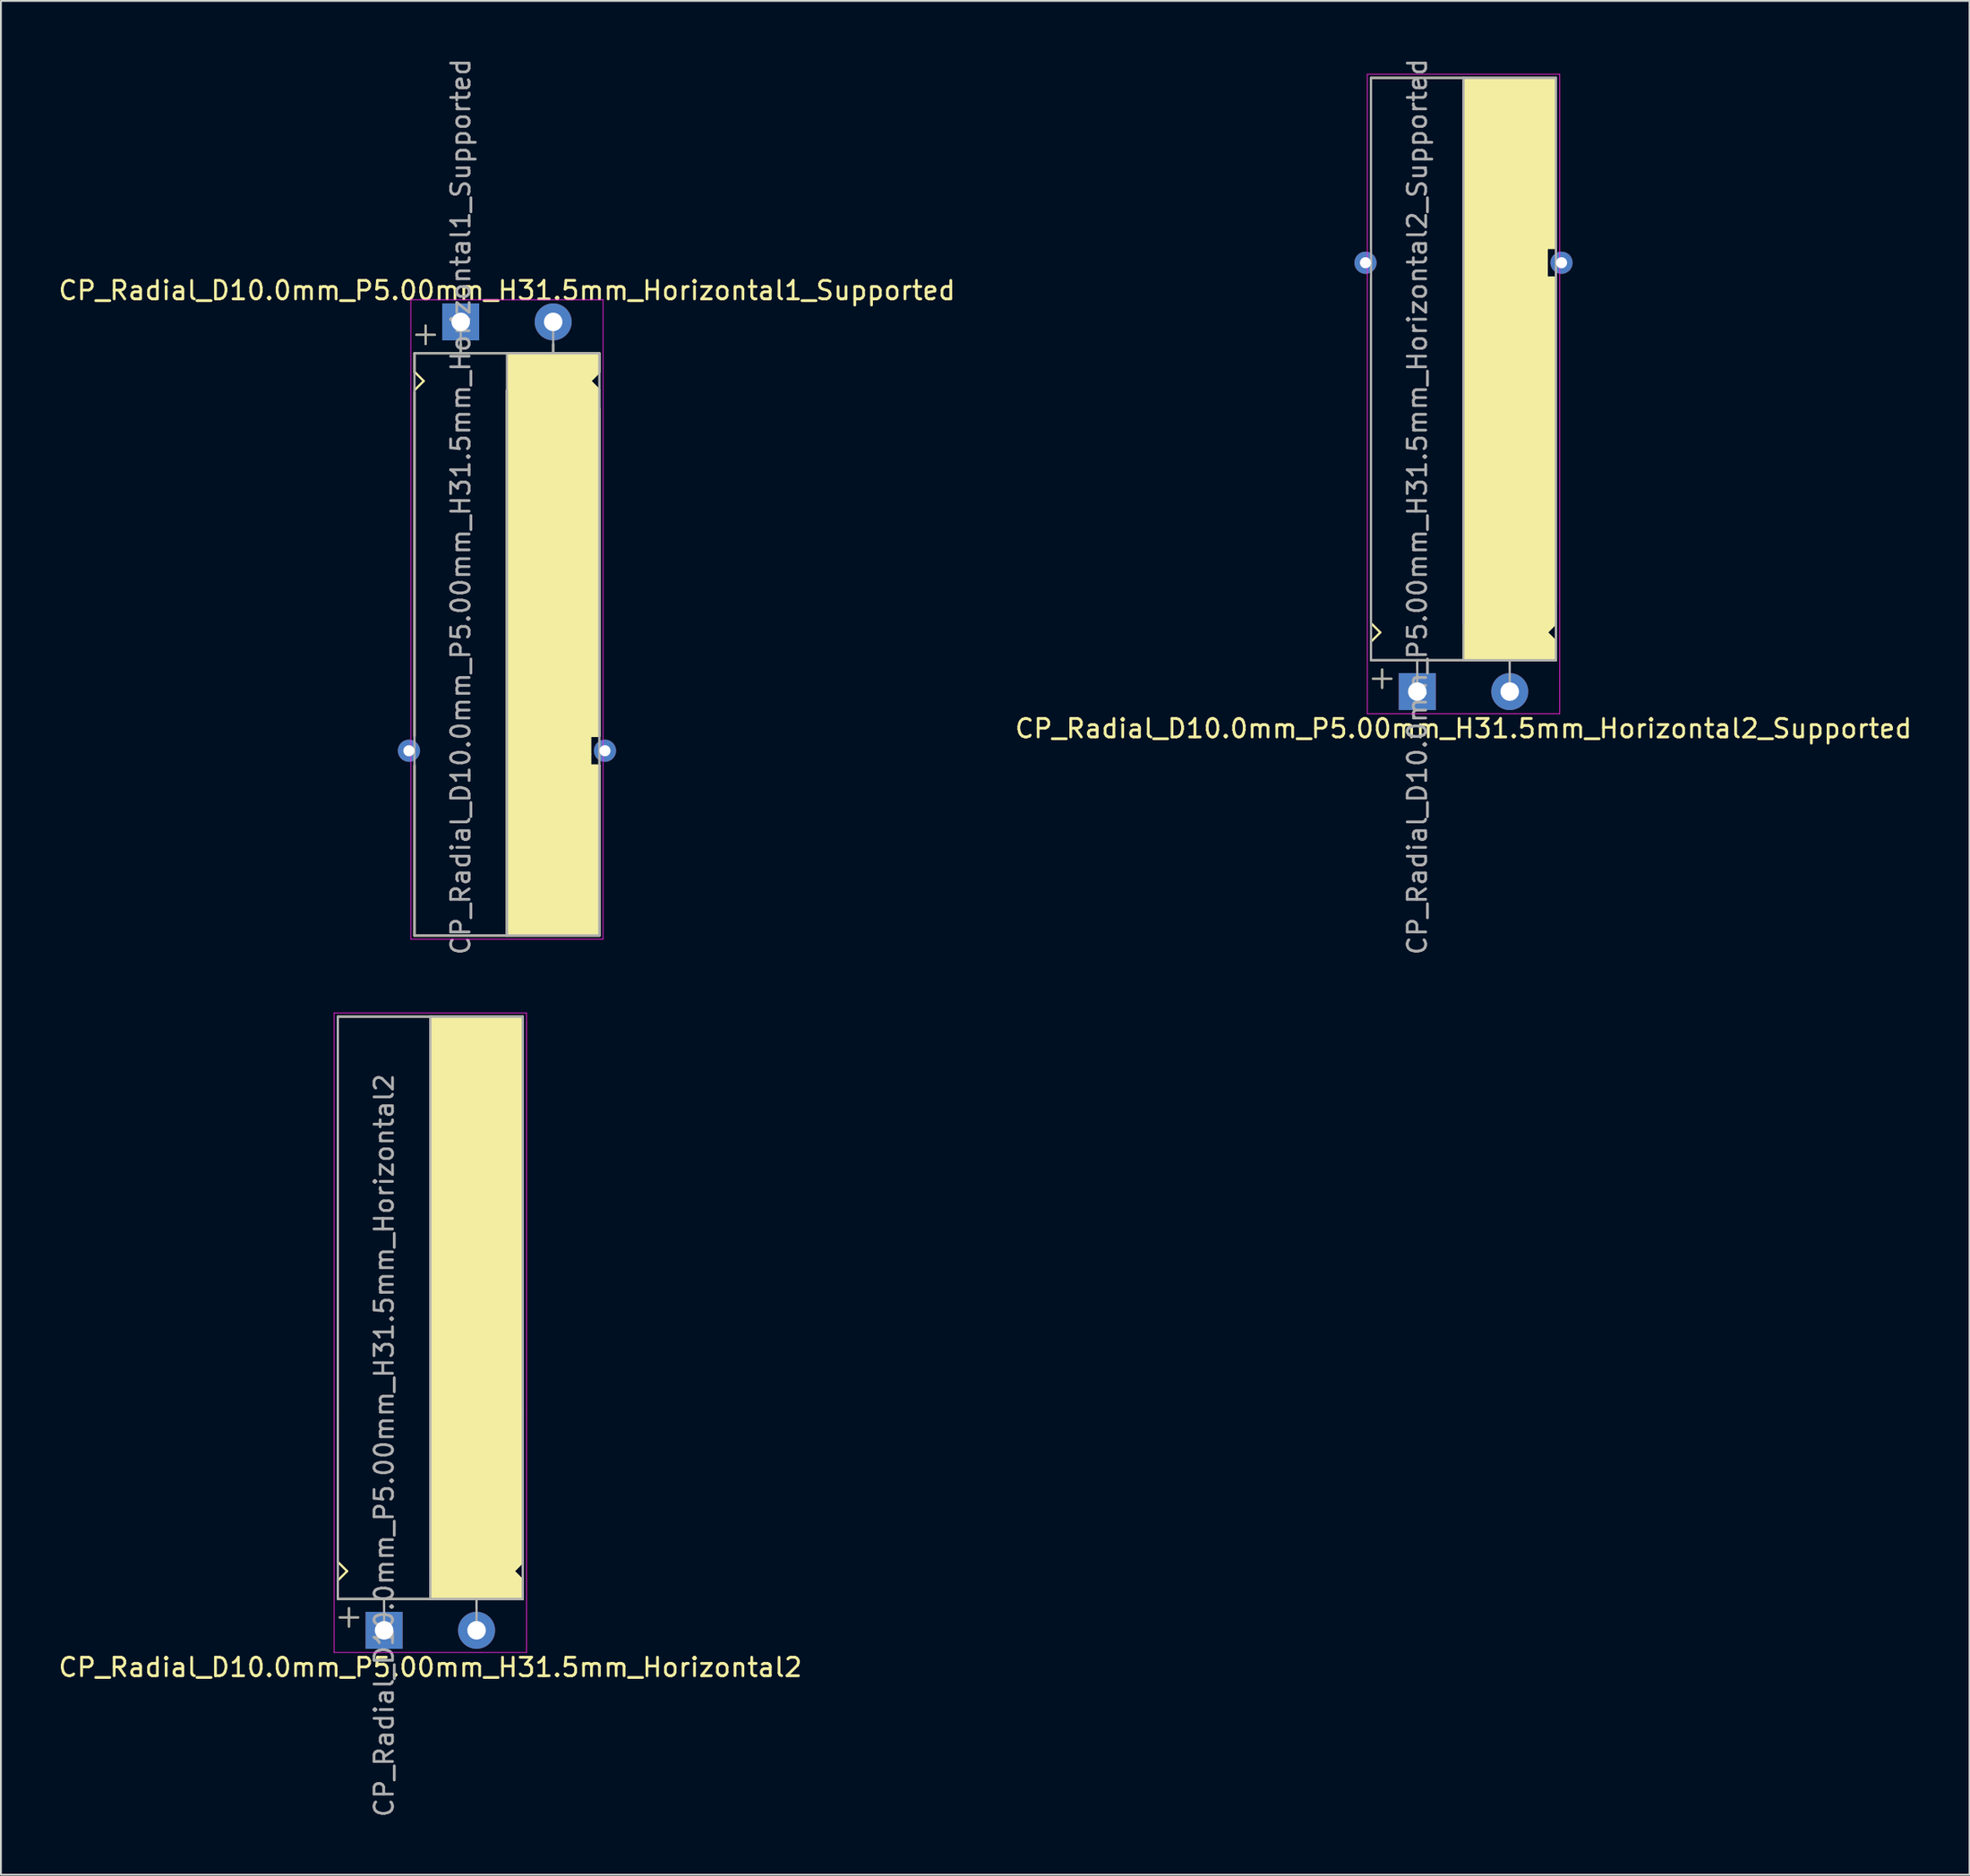
<source format=kicad_pcb>
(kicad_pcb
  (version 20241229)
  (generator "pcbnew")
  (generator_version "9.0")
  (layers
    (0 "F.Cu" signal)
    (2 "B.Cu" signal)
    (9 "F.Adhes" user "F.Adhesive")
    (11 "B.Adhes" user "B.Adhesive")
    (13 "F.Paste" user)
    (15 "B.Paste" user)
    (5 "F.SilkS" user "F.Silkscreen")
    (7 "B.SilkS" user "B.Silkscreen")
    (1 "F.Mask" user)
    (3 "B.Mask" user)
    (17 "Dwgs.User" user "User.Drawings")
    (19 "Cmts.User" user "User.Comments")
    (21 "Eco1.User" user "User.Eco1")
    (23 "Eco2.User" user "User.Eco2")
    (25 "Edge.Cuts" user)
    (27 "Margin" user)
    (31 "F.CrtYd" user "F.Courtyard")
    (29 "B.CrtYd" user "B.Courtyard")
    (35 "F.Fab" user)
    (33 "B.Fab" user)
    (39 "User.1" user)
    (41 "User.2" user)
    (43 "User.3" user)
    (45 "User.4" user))
  (footprint "CP_Radial_D10.0mm_P5.00mm_H31.5mm_Horizontal2_Supported"
    (layer "F.Cu")
    (at 73.589 34.363)
    (property "Reference" "CP_Radial_D10.0mm_P5.00mm_H31.5mm_Horizontal2_Supported" (at 2.5 2 0) (layer "F.SilkS") (effects (font (size 1 1) (thickness 0.15))))
    (attr through_hole)
    (fp_line (start -2.5 -33.2) (end 7.5 -33.2) (stroke (width 0.12) (type solid)) (layer "F.SilkS"))
    (fp_line (start -2.5 -24) (end -2.5 -33.2) (stroke (width 0.12) (type solid)) (layer "F.SilkS"))
    (fp_line (start -2.5 -3.8) (end -2.5 -22.4) (stroke (width 0.12) (type solid)) (layer "F.SilkS"))
    (fp_line (start -2.5 -2.7) (end -2 -3.2) (stroke (width 0.12) (type solid)) (layer "F.SilkS"))
    (fp_line (start -2.5 -1.7) (end -2.5 -2.7) (stroke (width 0.12) (type solid)) (layer "F.SilkS"))
    (fp_line (start -2 -3.2) (end -2.5 -3.7) (stroke (width 0.12) (type solid)) (layer "F.SilkS"))
    (fp_line (start -1.9 -1.2) (end -1.9 -0.2) (stroke (width 0.12) (type solid)) (layer "F.SilkS"))
    (fp_line (start -1.4 -0.7) (end -2.4 -0.7) (stroke (width 0.12) (type solid)) (layer "F.SilkS"))
    (fp_line (start 0 -1.7) (end 0 -1.2) (stroke (width 0.12) (type solid)) (layer "F.SilkS"))
    (fp_line (start 2.5 -33.2) (end 2.5 -3.7) (stroke (width 0.12) (type solid)) (layer "F.SilkS"))
    (fp_line (start 2.5 -1.7) (end -2.5 -1.7) (stroke (width 0.12) (type solid)) (layer "F.SilkS"))
    (fp_line (start 5 -1.7) (end 5 -1.2) (stroke (width 0.12) (type solid)) (layer "F.SilkS"))
    (fp_line (start 7 -24) (end 7 -23.4) (stroke (width 0.12) (type solid)) (layer "F.SilkS"))
    (fp_line (start 7 -23.4) (end 7 -22.4) (stroke (width 0.12) (type solid)) (layer "F.SilkS"))
    (fp_line (start 7 -22.4) (end 7.5 -22.4) (stroke (width 0.12) (type solid)) (layer "F.SilkS"))
    (fp_line (start 7 -3.2) (end 7.5 -3.7) (stroke (width 0.12) (type solid)) (layer "F.SilkS"))
    (fp_line (start 7.5 -24) (end 7 -24) (stroke (width 0.12) (type solid)) (layer "F.SilkS"))
    (fp_line (start 7.5 -24) (end 7.5 -33.2) (stroke (width 0.12) (type solid)) (layer "F.SilkS"))
    (fp_line (start 7.5 -4.7) (end 7.5 -22.4) (stroke (width 0.12) (type solid)) (layer "F.SilkS"))
    (fp_line (start 7.5 -2.7) (end 7 -3.2) (stroke (width 0.12) (type solid)) (layer "F.SilkS"))
    (fp_line (start 7.5 -1.7) (end 2.5 -1.7) (stroke (width 0.12) (type solid)) (layer "F.SilkS"))
    (fp_line (start 7.5 -1.7) (end 7.5 -2.7) (stroke (width 0.12) (type solid)) (layer "F.SilkS"))
    (fp_poly (pts (xy 7.5 -2.7) (xy 7 -3.2) (xy 7.5 -3.7) (xy 7.5 -22.4) (xy 7 -22.4) (xy 7 -24) (xy 7.5 -24) (xy 7.5 -33.2) (xy 2.5 -33.2) (xy 2.5 -1.7) (xy 7.5 -1.7)) (stroke (width 0.1) (type solid)) (fill yes) (layer "F.SilkS"))
    (fp_line (start -2.7 -33.4) (end -2.7 1.2) (stroke (width 0.04) (type solid)) (layer "F.CrtYd"))
    (fp_line (start -2.7 1.2) (end 5.3 1.2) (stroke (width 0.04) (type solid)) (layer "F.CrtYd"))
    (fp_line (start 5.3 1.2) (end 7.7 1.2) (stroke (width 0.04) (type solid)) (layer "F.CrtYd"))
    (fp_line (start 7.7 -33.4) (end -2.7 -33.4) (stroke (width 0.04) (type solid)) (layer "F.CrtYd"))
    (fp_line (start 7.7 1.2) (end 7.7 -33.4) (stroke (width 0.04) (type solid)) (layer "F.CrtYd"))
    (fp_line (start -2.5 -33.2) (end 7.5 -33.2) (stroke (width 0.12) (type solid)) (layer "F.Fab"))
    (fp_line (start -2.5 -1.7) (end -2.5 -33.2) (stroke (width 0.12) (type solid)) (layer "F.Fab"))
    (fp_line (start -2.4 -0.7) (end -1.4 -0.7) (stroke (width 0.1) (type solid)) (layer "F.Fab"))
    (fp_line (start -1.9 -0.2) (end -1.9 -1.2) (stroke (width 0.1) (type solid)) (layer "F.Fab"))
    (fp_line (start 0 -1.7) (end 0 0) (stroke (width 0.12) (type solid)) (layer "F.Fab"))
    (fp_line (start 2.5 -3.7) (end 2.5 -33.2) (stroke (width 0.12) (type solid)) (layer "F.Fab"))
    (fp_line (start 5 -1.7) (end 5 0) (stroke (width 0.12) (type solid)) (layer "F.Fab"))
    (fp_line (start 7.5 -33.2) (end 7.5 -1.7) (stroke (width 0.12) (type solid)) (layer "F.Fab"))
    (fp_line (start 7.5 -1.7) (end -2.5 -1.7) (stroke (width 0.12) (type solid)) (layer "F.Fab"))
    (fp_poly (pts (xy 7.5 -33.2) (xy 2.5 -33.2) (xy 2.5 -1.7) (xy 7.5 -1.7)) (stroke (width 0.1) (type solid)) (fill no) (layer "F.Fab"))
    (fp_text user "${REFERENCE}" (at 0 -10 90) (layer "F.Fab") (effects (font (size 1 1) (thickness 0.15))))
    (pad "" thru_hole circle (at -2.8 -23.2 180) (size 1.2 1.2) (drill 0.6) (layers "*.Cu" "*.Mask"))
    (pad "" thru_hole circle (at 7.8 -23.2 180) (size 1.2 1.2) (drill 0.6) (layers "*.Cu" "*.Mask"))
    (pad "1" thru_hole rect (at 0 0) (size 2 2) (drill 1) (layers "*.Cu" "*.Mask"))
    (pad "2" thru_hole circle (at 5 0) (size 2 2) (drill 1) (layers "*.Cu" "*.Mask")))
  (footprint "CP_Radial_D10.0mm_P5.00mm_H31.5mm_Horizontal1_Supported"
    (layer "F.Cu")
    (at 21.863 14.363)
    (property "Reference" "CP_Radial_D10.0mm_P5.00mm_H31.5mm_Horizontal1_Supported" (at 2.5 -1.7 0) (layer "F.SilkS") (effects (font (size 1 1) (thickness 0.15))))
    (attr through_hole)
    (fp_line (start -2.5 1.7) (end -2.5 2.7) (stroke (width 0.12) (type solid)) (layer "F.SilkS"))
    (fp_line (start -2.5 2.7) (end -2 3.2) (stroke (width 0.12) (type solid)) (layer "F.SilkS"))
    (fp_line (start -2.5 3.8) (end -2.5 22.4) (stroke (width 0.12) (type solid)) (layer "F.SilkS"))
    (fp_line (start -2.5 24) (end -2.5 33.2) (stroke (width 0.12) (type solid)) (layer "F.SilkS"))
    (fp_line (start -2.5 33.2) (end 7.5 33.2) (stroke (width 0.12) (type solid)) (layer "F.SilkS"))
    (fp_line (start -2 3.2) (end -2.5 3.7) (stroke (width 0.12) (type solid)) (layer "F.SilkS"))
    (fp_line (start -1.9 0.2) (end -1.9 1.2) (stroke (width 0.12) (type solid)) (layer "F.SilkS"))
    (fp_line (start -1.4 0.7) (end -2.4 0.7) (stroke (width 0.12) (type solid)) (layer "F.SilkS"))
    (fp_line (start 0 1.7) (end 0 1.2) (stroke (width 0.12) (type solid)) (layer "F.SilkS"))
    (fp_line (start 2.5 1.7) (end -2.5 1.7) (stroke (width 0.12) (type solid)) (layer "F.SilkS"))
    (fp_line (start 2.5 33.2) (end 2.5 3.7) (stroke (width 0.12) (type solid)) (layer "F.SilkS"))
    (fp_line (start 5 1.7) (end 5 1.2) (stroke (width 0.12) (type solid)) (layer "F.SilkS"))
    (fp_line (start 7 3.2) (end 7.5 3.7) (stroke (width 0.12) (type solid)) (layer "F.SilkS"))
    (fp_line (start 7 22.4) (end 7.5 22.4) (stroke (width 0.12) (type solid)) (layer "F.SilkS"))
    (fp_line (start 7 23.4) (end 7 22.4) (stroke (width 0.12) (type solid)) (layer "F.SilkS"))
    (fp_line (start 7 24) (end 7 23.4) (stroke (width 0.12) (type solid)) (layer "F.SilkS"))
    (fp_line (start 7.5 1.7) (end 2.5 1.7) (stroke (width 0.12) (type solid)) (layer "F.SilkS"))
    (fp_line (start 7.5 1.7) (end 7.5 2.7) (stroke (width 0.12) (type solid)) (layer "F.SilkS"))
    (fp_line (start 7.5 2.7) (end 7 3.2) (stroke (width 0.12) (type solid)) (layer "F.SilkS"))
    (fp_line (start 7.5 4.7) (end 7.5 22.4) (stroke (width 0.12) (type solid)) (layer "F.SilkS"))
    (fp_line (start 7.5 24) (end 7 24) (stroke (width 0.12) (type solid)) (layer "F.SilkS"))
    (fp_line (start 7.5 24) (end 7.5 33.2) (stroke (width 0.12) (type solid)) (layer "F.SilkS"))
    (fp_poly (pts (xy 7.5 2.7) (xy 7 3.2) (xy 7.5 3.7) (xy 7.5 22.4) (xy 7 22.4) (xy 7 24) (xy 7.5 24) (xy 7.5 33.2) (xy 2.5 33.2) (xy 2.5 1.7) (xy 7.5 1.7)) (stroke (width 0.1) (type solid)) (fill yes) (layer "F.SilkS"))
    (fp_line (start -2.7 -1.2) (end 5.3 -1.2) (stroke (width 0.04) (type solid)) (layer "F.CrtYd"))
    (fp_line (start -2.7 33.4) (end -2.7 -1.2) (stroke (width 0.04) (type solid)) (layer "F.CrtYd"))
    (fp_line (start 5.3 -1.2) (end 7.7 -1.2) (stroke (width 0.04) (type solid)) (layer "F.CrtYd"))
    (fp_line (start 7.7 -1.2) (end 7.7 33.4) (stroke (width 0.04) (type solid)) (layer "F.CrtYd"))
    (fp_line (start 7.7 33.4) (end -2.7 33.4) (stroke (width 0.04) (type solid)) (layer "F.CrtYd"))
    (fp_line (start -2.5 1.7) (end -2.5 33.2) (stroke (width 0.12) (type solid)) (layer "F.Fab"))
    (fp_line (start -2.5 33.2) (end 7.5 33.2) (stroke (width 0.12) (type solid)) (layer "F.Fab"))
    (fp_line (start -2.4 0.7) (end -1.4 0.7) (stroke (width 0.1) (type solid)) (layer "F.Fab"))
    (fp_line (start -1.9 1.2) (end -1.9 0.2) (stroke (width 0.1) (type solid)) (layer "F.Fab"))
    (fp_line (start 0 1.7) (end 0 0) (stroke (width 0.12) (type solid)) (layer "F.Fab"))
    (fp_line (start 2.5 3.7) (end 2.5 33.2) (stroke (width 0.12) (type solid)) (layer "F.Fab"))
    (fp_line (start 5 1.7) (end 5 0) (stroke (width 0.12) (type solid)) (layer "F.Fab"))
    (fp_line (start 7.5 1.7) (end -2.5 1.7) (stroke (width 0.12) (type solid)) (layer "F.Fab"))
    (fp_line (start 7.5 33.2) (end 7.5 1.7) (stroke (width 0.12) (type solid)) (layer "F.Fab"))
    (fp_poly (pts (xy 7.5 33.2) (xy 2.5 33.2) (xy 2.5 1.7) (xy 7.5 1.7)) (stroke (width 0.1) (type solid)) (fill no) (layer "F.Fab"))
    (fp_text user "${REFERENCE}" (at 0 10 90) (layer "F.Fab") (effects (font (size 1 1) (thickness 0.15))))
    (pad "" thru_hole circle (at -2.8 23.2) (size 1.2 1.2) (drill 0.6) (layers "*.Cu" "*.Mask"))
    (pad "" thru_hole circle (at 7.8 23.2) (size 1.2 1.2) (drill 0.6) (layers "*.Cu" "*.Mask"))
    (pad "1" thru_hole rect (at 0 0) (size 2 2) (drill 1) (layers "*.Cu" "*.Mask"))
    (pad "2" thru_hole circle (at 5 0) (size 2 2) (drill 1) (layers "*.Cu" "*.Mask")))
  (footprint "CP_Radial_D10.0mm_P5.00mm_H31.5mm_Horizontal2"
    (layer "F.Cu")
    (at 17.72 85.146)
    (property "Reference" "CP_Radial_D10.0mm_P5.00mm_H31.5mm_Horizontal2" (at 2.5 2 0) (layer "F.SilkS") (effects (font (size 1 1) (thickness 0.15))))
    (attr through_hole)
    (fp_line (start -2.5 -33.2) (end 7.5 -33.2) (stroke (width 0.12) (type solid)) (layer "F.SilkS"))
    (fp_line (start -2.5 -11.7) (end -2.5 -33.2) (stroke (width 0.12) (type solid)) (layer "F.SilkS"))
    (fp_line (start -2.5 -3.7) (end -2.5 -11.7) (stroke (width 0.12) (type solid)) (layer "F.SilkS"))
    (fp_line (start -2.5 -2.7) (end -2 -3.2) (stroke (width 0.12) (type solid)) (layer "F.SilkS"))
    (fp_line (start -2.5 -1.7) (end -2.5 -2.7) (stroke (width 0.12) (type solid)) (layer "F.SilkS"))
    (fp_line (start -2 -3.2) (end -2.5 -3.7) (stroke (width 0.12) (type solid)) (layer "F.SilkS"))
    (fp_line (start -1.9 -1.2) (end -1.9 -0.2) (stroke (width 0.12) (type solid)) (layer "F.SilkS"))
    (fp_line (start -1.4 -0.7) (end -2.4 -0.7) (stroke (width 0.12) (type solid)) (layer "F.SilkS"))
    (fp_line (start 0 -1.7) (end 0 -1.2) (stroke (width 0.12) (type solid)) (layer "F.SilkS"))
    (fp_line (start 2.5 -33.2) (end 2.5 -3.2) (stroke (width 0.12) (type solid)) (layer "F.SilkS"))
    (fp_line (start 2.5 -1.7) (end -2.5 -1.7) (stroke (width 0.12) (type solid)) (layer "F.SilkS"))
    (fp_line (start 5 -1.7) (end 5 -1.2) (stroke (width 0.12) (type solid)) (layer "F.SilkS"))
    (fp_line (start 7 -3.2) (end 7.5 -3.7) (stroke (width 0.12) (type solid)) (layer "F.SilkS"))
    (fp_line (start 7.5 -11.7) (end 7.5 -33.2) (stroke (width 0.12) (type solid)) (layer "F.SilkS"))
    (fp_line (start 7.5 -3.7) (end 7.5 -11.7) (stroke (width 0.12) (type solid)) (layer "F.SilkS"))
    (fp_line (start 7.5 -2.7) (end 7 -3.2) (stroke (width 0.12) (type solid)) (layer "F.SilkS"))
    (fp_line (start 7.5 -1.7) (end 2.5 -1.7) (stroke (width 0.12) (type solid)) (layer "F.SilkS"))
    (fp_line (start 7.5 -1.7) (end 7.5 -2.7) (stroke (width 0.12) (type solid)) (layer "F.SilkS"))
    (fp_poly (pts (xy 7.5 -2.7) (xy 7 -3.2) (xy 7.5 -3.7) (xy 7.5 -33.2) (xy 2.5 -33.2) (xy 2.5 -1.7) (xy 7.5 -1.7)) (stroke (width 0.1) (type solid)) (fill yes) (layer "F.SilkS"))
    (fp_line (start -2.7 -33.4) (end -2.7 1.2) (stroke (width 0.04) (type solid)) (layer "F.CrtYd"))
    (fp_line (start -2.7 1.2) (end 5.3 1.2) (stroke (width 0.04) (type solid)) (layer "F.CrtYd"))
    (fp_line (start 5.3 1.2) (end 7.7 1.2) (stroke (width 0.04) (type solid)) (layer "F.CrtYd"))
    (fp_line (start 7.7 -33.4) (end -2.7 -33.4) (stroke (width 0.04) (type solid)) (layer "F.CrtYd"))
    (fp_line (start 7.7 1.2) (end 7.7 -33.4) (stroke (width 0.04) (type solid)) (layer "F.CrtYd"))
    (fp_line (start -2.5 -33.2) (end 7.5 -33.2) (stroke (width 0.12) (type solid)) (layer "F.Fab"))
    (fp_line (start -2.5 -1.7) (end -2.5 -33.2) (stroke (width 0.12) (type solid)) (layer "F.Fab"))
    (fp_line (start -2.4 -0.7) (end -1.4 -0.7) (stroke (width 0.1) (type solid)) (layer "F.Fab"))
    (fp_line (start -1.9 -0.2) (end -1.9 -1.2) (stroke (width 0.1) (type solid)) (layer "F.Fab"))
    (fp_line (start 0 -1.7) (end 0 0) (stroke (width 0.12) (type solid)) (layer "F.Fab"))
    (fp_line (start 2.5 -1.7) (end 2.5 -33.2) (stroke (width 0.12) (type solid)) (layer "F.Fab"))
    (fp_line (start 5 -1.7) (end 5 0) (stroke (width 0.12) (type solid)) (layer "F.Fab"))
    (fp_line (start 7.5 -33.2) (end 7.5 -1.7) (stroke (width 0.12) (type solid)) (layer "F.Fab"))
    (fp_line (start 7.5 -1.7) (end -2.5 -1.7) (stroke (width 0.12) (type solid)) (layer "F.Fab"))
    (fp_poly (pts (xy 7.5 -33.2) (xy 2.5 -33.2) (xy 2.5 -1.7) (xy 7.5 -1.7)) (stroke (width 0.1) (type solid)) (fill no) (layer "F.Fab"))
    (fp_text user "${REFERENCE}" (at 0 -10 90) (layer "F.Fab") (effects (font (size 1 1) (thickness 0.15))))
    (pad "1" thru_hole rect (at 0 0) (size 2 2) (drill 1) (layers "*.Cu" "*.Mask"))
    (pad "2" thru_hole circle (at 5 0) (size 2 2) (drill 1) (layers "*.Cu" "*.Mask")))
  (gr_rect
    (start -3 -3)
    (end 103.452 98.366)
    (stroke (width 0.1) (type default))
    (fill no)
    (layer "Edge.Cuts")))
</source>
